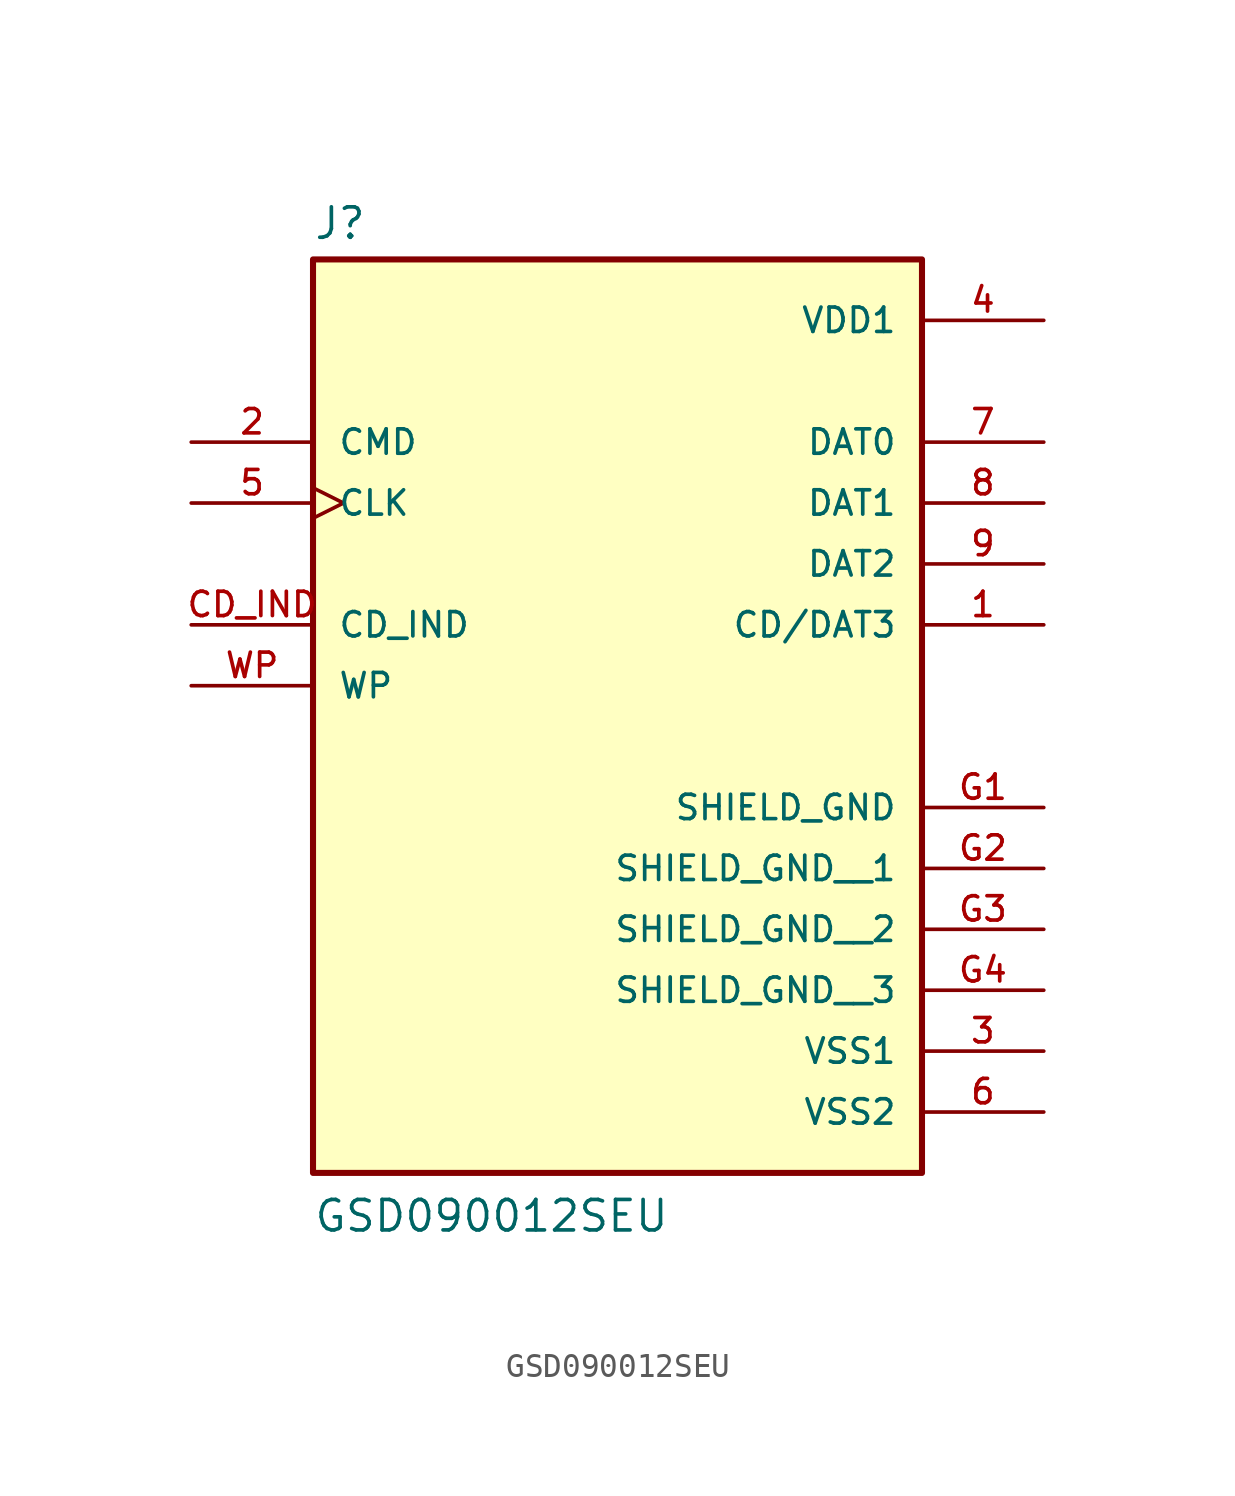
<source format=kicad_sym>
(kicad_symbol_lib
  (version 20241209)
  (generator "kicad_symbol_editor")
  (generator_version "9.0")
  (symbol "GSD090012SEU"
    (pin_names
      (offset 1.016))
    (property "Reference" "J"
      (at -12.7 16.002 0)
      (effects (font (size 1.27 1.27)) (justify left bottom)))
    (property "Value" "GSD090012SEU"
      (at -12.7 -25.4 0)
      (effects (font (size 1.27 1.27)) (justify left bottom)))
    (symbol "GSD090012SEU_0_0"
      (rectangle (start -12.7 -22.86) (end 12.7 15.24) (stroke (width 0.254) (type default)) (fill (type background)))
      (pin bidirectional line (at -17.78 7.62 0) (length 5.08) (name "CMD" (effects (font (size 1.016 1.016)))) (number "2" (effects (font (size 1.016 1.016)))))
      (pin bidirectional clock (at -17.78 5.08 0) (length 5.08) (name "CLK" (effects (font (size 1.016 1.016)))) (number "5" (effects (font (size 1.016 1.016)))))
      (pin passive line (at -17.78 0 0) (length 5.08) (name "CD_IND" (effects (font (size 1.016 1.016)))) (number "CD_IND" (effects (font (size 1.016 1.016)))))
      (pin passive line (at -17.78 -2.54 0) (length 5.08) (name "WP" (effects (font (size 1.016 1.016)))) (number "WP" (effects (font (size 1.016 1.016)))))
      (pin power_in line (at 17.78 12.7 180) (length 5.08) (name "VDD1" (effects (font (size 1.016 1.016)))) (number "4" (effects (font (size 1.016 1.016)))))
      (pin bidirectional line (at 17.78 7.62 180) (length 5.08) (name "DAT0" (effects (font (size 1.016 1.016)))) (number "7" (effects (font (size 1.016 1.016)))))
      (pin bidirectional line (at 17.78 5.08 180) (length 5.08) (name "DAT1" (effects (font (size 1.016 1.016)))) (number "8" (effects (font (size 1.016 1.016)))))
      (pin bidirectional line (at 17.78 2.54 180) (length 5.08) (name "DAT2" (effects (font (size 1.016 1.016)))) (number "9" (effects (font (size 1.016 1.016)))))
      (pin bidirectional line (at 17.78 0 180) (length 5.08) (name "CD/DAT3" (effects (font (size 1.016 1.016)))) (number "1" (effects (font (size 1.016 1.016)))))
      (pin power_in line (at 17.78 -7.62 180) (length 5.08) (name "SHIELD_GND" (effects (font (size 1.016 1.016)))) (number "G1" (effects (font (size 1.016 1.016)))))
      (pin power_in line (at 17.78 -10.16 180) (length 5.08) (name "SHIELD_GND__1" (effects (font (size 1.016 1.016)))) (number "G2" (effects (font (size 1.016 1.016)))))
      (pin power_in line (at 17.78 -12.7 180) (length 5.08) (name "SHIELD_GND__2" (effects (font (size 1.016 1.016)))) (number "G3" (effects (font (size 1.016 1.016)))))
      (pin power_in line (at 17.78 -15.24 180) (length 5.08) (name "SHIELD_GND__3" (effects (font (size 1.016 1.016)))) (number "G4" (effects (font (size 1.016 1.016)))))
      (pin power_in line (at 17.78 -17.78 180) (length 5.08) (name "VSS1" (effects (font (size 1.016 1.016)))) (number "3" (effects (font (size 1.016 1.016)))))
      (pin power_in line (at 17.78 -20.32 180) (length 5.08) (name "VSS2" (effects (font (size 1.016 1.016)))) (number "6" (effects (font (size 1.016 1.016))))))))
</source>
